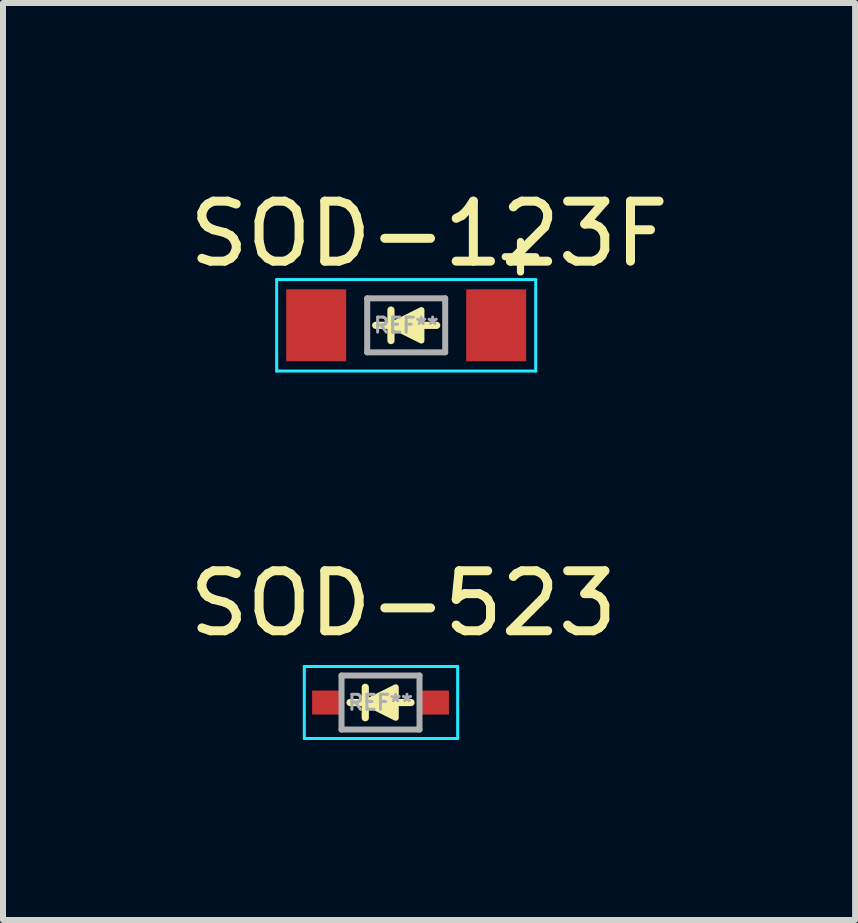
<source format=kicad_pcb>
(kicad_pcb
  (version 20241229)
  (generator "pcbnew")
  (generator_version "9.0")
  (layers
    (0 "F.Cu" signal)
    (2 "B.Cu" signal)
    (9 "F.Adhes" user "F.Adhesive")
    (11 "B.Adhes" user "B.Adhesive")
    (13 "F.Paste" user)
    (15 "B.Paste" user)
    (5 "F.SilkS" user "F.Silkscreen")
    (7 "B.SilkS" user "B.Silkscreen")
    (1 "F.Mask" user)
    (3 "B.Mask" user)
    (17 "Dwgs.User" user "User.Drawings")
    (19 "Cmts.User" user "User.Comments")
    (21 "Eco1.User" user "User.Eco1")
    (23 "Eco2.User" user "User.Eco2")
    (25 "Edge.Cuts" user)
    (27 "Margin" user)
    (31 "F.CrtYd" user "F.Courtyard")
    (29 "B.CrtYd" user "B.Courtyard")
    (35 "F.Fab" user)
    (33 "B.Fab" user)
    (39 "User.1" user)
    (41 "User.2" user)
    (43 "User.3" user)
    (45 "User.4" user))
  (footprint "SOD-523"
    (layer "F.Cu")
    (at 3.292 8.659)
    (property "Reference" "SOD-523" (at 0.381 -1.651 0) (layer "F.SilkS") (effects (font (size 1 1) (thickness 0.15))))
    (attr smd)
    (fp_line (start -0.508 0) (end 0.508 0) (stroke (width 0.12) (type solid)) (layer "F.SilkS"))
    (fp_line (start -0.254 0.254) (end -0.254 -0.254) (stroke (width 0.12) (type solid)) (layer "F.SilkS"))
    (fp_poly (pts (xy 0.254 0.254) (xy -0.254 0) (xy 0.254 -0.254)) (stroke (width 0.1) (type solid)) (fill yes) (layer "F.SilkS"))
    (fp_line (start -1.27 -0.6) (end 1.286 -0.6) (stroke (width 0.05) (type solid)) (layer "B.CrtYd"))
    (fp_line (start -1.27 0.6) (end -1.27 -0.6) (stroke (width 0.05) (type solid)) (layer "B.CrtYd"))
    (fp_line (start -1.27 0.6) (end 1.286 0.6) (stroke (width 0.05) (type solid)) (layer "B.CrtYd"))
    (fp_line (start 1.286 0.6) (end 1.286 -0.6) (stroke (width 0.05) (type solid)) (layer "B.CrtYd"))
    (fp_line (start -0.65 -0.45) (end 0.65 -0.45) (stroke (width 0.1) (type solid)) (layer "F.Fab"))
    (fp_line (start -0.65 0.45) (end -0.65 -0.45) (stroke (width 0.1) (type solid)) (layer "F.Fab"))
    (fp_line (start -0.65 0.45) (end 0.65 0.45) (stroke (width 0.1) (type solid)) (layer "F.Fab"))
    (fp_line (start 0.65 0.45) (end 0.65 -0.45) (stroke (width 0.1) (type solid)) (layer "F.Fab"))
    (fp_text user "REF**" (at 0 0 0) (layer "F.Fab") (effects (font (size 0.25 0.25) (thickness 0.05))))
    (pad "1" smd rect (at -0.9 0) (size 0.48 0.4) (layers "F.Cu" "F.Mask" "F.Paste"))
    (pad "2" smd rect (at 0.9 0) (size 0.48 0.4) (layers "F.Cu" "F.Mask" "F.Paste")))
  (footprint "SOD-123F"
    (layer "F.Cu")
    (at 3.72 2.372)
    (property "Reference" "SOD-123F" (at 0.381 -1.524 0) (layer "F.SilkS") (effects (font (size 1 1) (thickness 0.15))))
    (attr through_hole)
    (fp_line (start -0.508 0) (end 0.508 0) (stroke (width 0.12) (type solid)) (layer "F.SilkS"))
    (fp_line (start -0.254 0.254) (end -0.254 -0.254) (stroke (width 0.12) (type solid)) (layer "F.SilkS"))
    (fp_line (start 1.651 -1.143) (end 2.159 -1.143) (stroke (width 0.12) (type solid)) (layer "F.SilkS"))
    (fp_line (start 1.905 -0.889) (end 1.905 -1.397) (stroke (width 0.12) (type solid)) (layer "F.SilkS"))
    (fp_poly (pts (xy 0.254 0.254) (xy -0.254 0) (xy 0.254 -0.254)) (stroke (width 0.1) (type solid)) (fill yes) (layer "F.SilkS"))
    (fp_line (start -2.159 -0.762) (end 2.159 -0.762) (stroke (width 0.05) (type solid)) (layer "B.CrtYd"))
    (fp_line (start -2.159 0.762) (end -2.159 -0.762) (stroke (width 0.05) (type solid)) (layer "B.CrtYd"))
    (fp_line (start -2.159 0.762) (end 2.159 0.762) (stroke (width 0.05) (type solid)) (layer "B.CrtYd"))
    (fp_line (start 2.159 0.762) (end 2.159 -0.762) (stroke (width 0.05) (type solid)) (layer "B.CrtYd"))
    (fp_line (start -0.65 -0.45) (end 0.65 -0.45) (stroke (width 0.1) (type solid)) (layer "F.Fab"))
    (fp_line (start -0.65 0.45) (end -0.65 -0.45) (stroke (width 0.1) (type solid)) (layer "F.Fab"))
    (fp_line (start -0.65 0.45) (end 0.65 0.45) (stroke (width 0.1) (type solid)) (layer "F.Fab"))
    (fp_line (start 0.65 0.45) (end 0.65 -0.45) (stroke (width 0.1) (type solid)) (layer "F.Fab"))
    (fp_text user "REF**" (at 0 0 0) (layer "F.Fab") (effects (font (size 0.25 0.25) (thickness 0.05))))
    (pad "1" smd rect (at -1.5 0) (size 1 1.2) (layers "F.Cu" "F.Mask" "B.Paste"))
    (pad "2" smd rect (at 1.5 0) (size 1 1.2) (layers "F.Cu" "F.Mask" "F.Paste")))
  (gr_rect
    (start -3 -3)
    (end 11.202 12.284)
    (stroke (width 0.1) (type default))
    (fill no)
    (layer "Edge.Cuts")))
</source>
